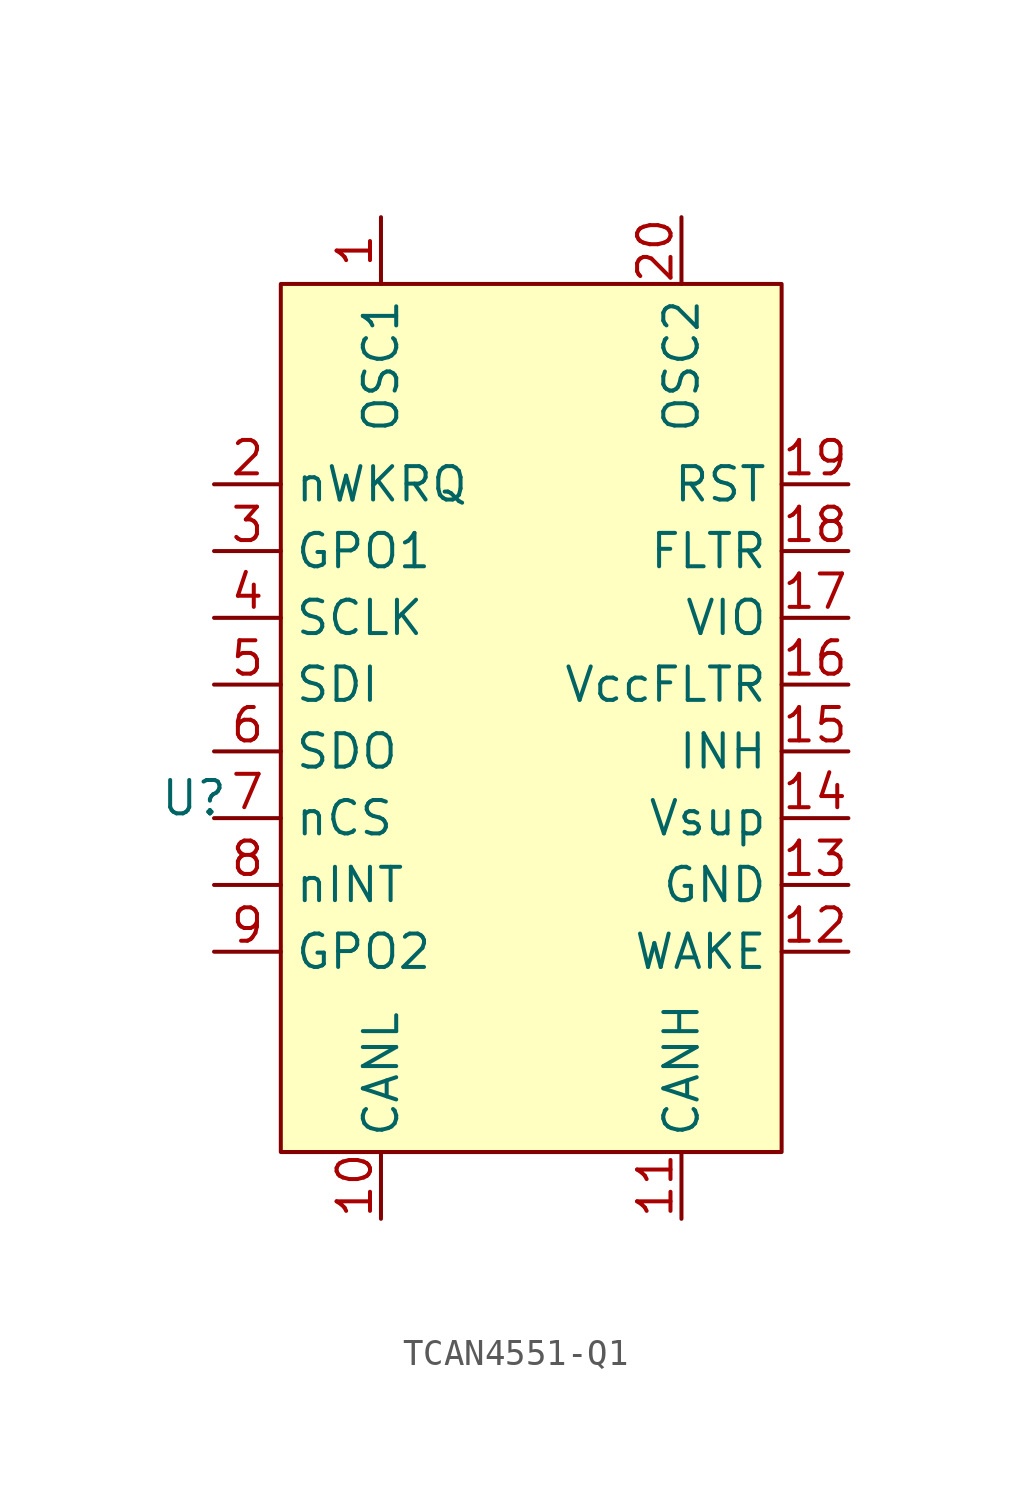
<source format=kicad_sym>
(kicad_symbol_lib
  (version 20241209)
  (generator "kicad_symbol_editor")
  (generator_version "9.0")
  (symbol "TCAN4551-Q1"
    (property "Reference" "U"
      (at -0.762 2.032 0)
      (effects (font (size 1.27 1.27))))
    (property "Value" ""
      (at 0 0 0)
      (effects (font (size 1.27 1.27))))
    (symbol "TCAN4551-Q1_1_1"
      (rectangle (start 2.54 21.59) (end 21.59 -11.43) (stroke (width 0) (type solid)) (fill (type color) (color 255 255 194 1)))
      (pin output line (at 0 13.97 0) (length 2.54) (name "nWKRQ" (effects (font (size 1.27 1.27)))) (number "2" (effects (font (size 1.27 1.27)))))
      (pin output line (at 0 11.43 0) (length 2.54) (name "GPO1" (effects (font (size 1.27 1.27)))) (number "3" (effects (font (size 1.27 1.27)))))
      (pin input line (at 0 8.89 0) (length 2.54) (name "SCLK" (effects (font (size 1.27 1.27)))) (number "4" (effects (font (size 1.27 1.27)))))
      (pin input line (at 0 6.35 0) (length 2.54) (name "SDI" (effects (font (size 1.27 1.27)))) (number "5" (effects (font (size 1.27 1.27)))))
      (pin output line (at 0 3.81 0) (length 2.54) (name "SDO" (effects (font (size 1.27 1.27)))) (number "6" (effects (font (size 1.27 1.27)))))
      (pin input line (at 0 1.27 0) (length 2.54) (name "nCS" (effects (font (size 1.27 1.27)))) (number "7" (effects (font (size 1.27 1.27)))))
      (pin output line (at 0 -1.27 0) (length 2.54) (name "nINT" (effects (font (size 1.27 1.27)))) (number "8" (effects (font (size 1.27 1.27)))))
      (pin output line (at 0 -3.81 0) (length 2.54) (name "GPO2" (effects (font (size 1.27 1.27)))) (number "9" (effects (font (size 1.27 1.27)))))
      (pin input line (at 6.35 24.13 270) (length 2.54) (name "OSC1" (effects (font (size 1.27 1.27)))) (number "1" (effects (font (size 1.27 1.27)))))
      (pin bidirectional line (at 6.35 -13.97 90) (length 2.54) (name "CANL" (effects (font (size 1.27 1.27)))) (number "10" (effects (font (size 1.27 1.27)))))
      (pin output line (at 17.78 24.13 270) (length 2.54) (name "OSC2" (effects (font (size 1.27 1.27)))) (number "20" (effects (font (size 1.27 1.27)))))
      (pin bidirectional line (at 17.78 -13.97 90) (length 2.54) (name "CANH" (effects (font (size 1.27 1.27)))) (number "11" (effects (font (size 1.27 1.27)))))
      (pin input line (at 24.13 13.97 180) (length 2.54) (name "RST" (effects (font (size 1.27 1.27)))) (number "19" (effects (font (size 1.27 1.27)))))
      (pin input line (at 24.13 11.43 180) (length 2.54) (name "FLTR" (effects (font (size 1.27 1.27)))) (number "18" (effects (font (size 1.27 1.27)))))
      (pin input line (at 24.13 8.89 180) (length 2.54) (name "VIO" (effects (font (size 1.27 1.27)))) (number "17" (effects (font (size 1.27 1.27)))))
      (pin input line (at 24.13 6.35 180) (length 2.54) (name "VccFLTR" (effects (font (size 1.27 1.27)))) (number "16" (effects (font (size 1.27 1.27)))))
      (pin output line (at 24.13 3.81 180) (length 2.54) (name "INH" (effects (font (size 1.27 1.27)))) (number "15" (effects (font (size 1.27 1.27)))))
      (pin power_in line (at 24.13 1.27 180) (length 2.54) (name "Vsup" (effects (font (size 1.27 1.27)))) (number "14" (effects (font (size 1.27 1.27)))))
      (pin power_in line (at 24.13 -1.27 180) (length 2.54) (name "GND" (effects (font (size 1.27 1.27)))) (number "13" (effects (font (size 1.27 1.27)))))
      (pin input line (at 24.13 -3.81 180) (length 2.54) (name "WAKE" (effects (font (size 1.27 1.27)))) (number "12" (effects (font (size 1.27 1.27))))))))
</source>
